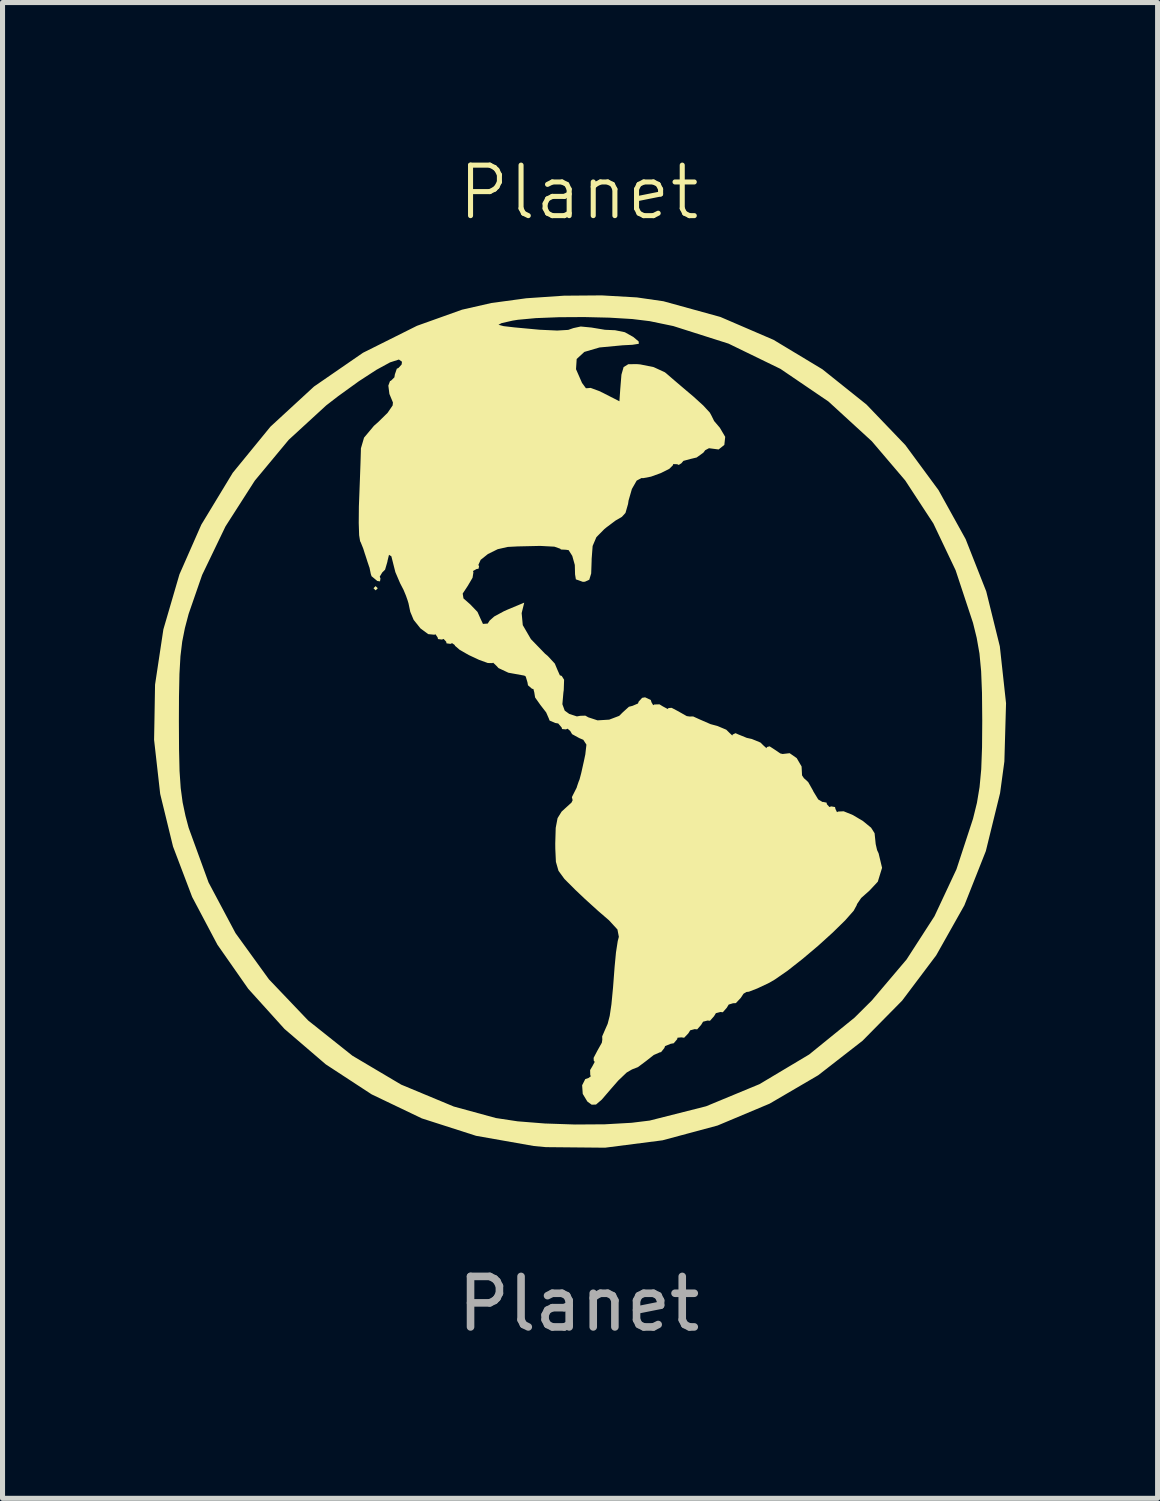
<source format=kicad_pcb>
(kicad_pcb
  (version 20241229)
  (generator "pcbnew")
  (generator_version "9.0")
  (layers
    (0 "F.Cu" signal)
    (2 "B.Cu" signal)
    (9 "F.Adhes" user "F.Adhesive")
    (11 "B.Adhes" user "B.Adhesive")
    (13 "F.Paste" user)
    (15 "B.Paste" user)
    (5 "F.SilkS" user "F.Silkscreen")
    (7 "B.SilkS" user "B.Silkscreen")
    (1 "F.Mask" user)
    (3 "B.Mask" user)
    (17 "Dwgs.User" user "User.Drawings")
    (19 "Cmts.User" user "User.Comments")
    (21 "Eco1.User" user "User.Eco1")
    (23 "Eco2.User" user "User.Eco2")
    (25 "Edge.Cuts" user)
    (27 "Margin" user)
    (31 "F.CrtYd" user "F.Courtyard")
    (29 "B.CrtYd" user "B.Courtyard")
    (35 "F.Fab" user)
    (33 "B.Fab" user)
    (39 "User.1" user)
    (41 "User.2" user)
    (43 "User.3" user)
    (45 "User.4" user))
  (footprint "Planet"
    (layer "F.Cu")
    (at 8.407 11.261)
    (property "Reference" "Planet" (at 0 -10.5 0) (unlocked yes) (layer "F.SilkS") (effects (font (size 1 1) (thickness 0.1))))
    (attr smd)
    (fp_poly (pts (xy 0.18 -8.031) (xy 0.499 -8.021) (xy 1.628 -7.886) (xy 2.711 -7.594) (xy 3.733 -7.154) (xy 4.681 -6.572) (xy 5.542 -5.859) (xy 6.303 -5.022) (xy 6.949 -4.069) (xy 7.047 -3.895) (xy 7.523 -2.861) (xy 7.84 -1.796) (xy 8.003 -0.715) (xy 8.018 0.367) (xy 7.889 1.435) (xy 7.62 2.474) (xy 7.216 3.469) (xy 6.683 4.405) (xy 6.025 5.267) (xy 5.246 6.04) (xy 4.351 6.71) (xy 3.557 7.16) (xy 2.886 7.46) (xy 2.241 7.676) (xy 1.572 7.818) (xy 0.827 7.899) (xy 0.212 7.925) (xy -0.426 7.932) (xy -0.932 7.917) (xy -1.339 7.879) (xy -1.641 7.825) (xy -2.748 7.494) (xy -3.784 7.015) (xy -4.737 6.401) (xy -5.594 5.664) (xy -6.343 4.814) (xy -6.972 3.865) (xy -7.467 2.828) (xy -7.723 2.074) (xy -7.797 1.793) (xy -7.85 1.527) (xy -7.885 1.238) (xy -7.905 0.887) (xy -7.914 0.437) (xy -7.916 -0.042) (xy -7.913 -0.604) (xy -7.903 -1.035) (xy -7.88 -1.373) (xy -7.842 -1.656) (xy -7.786 -1.922) (xy -7.723 -2.159) (xy -7.348 -3.186) (xy -6.831 -4.166) (xy -6.191 -5.077) (xy -5.446 -5.894) (xy -4.616 -6.593) (xy -3.887 -7.06) (xy -3.447 -7.305) (xy -3.638 -6.966) (xy -3.752 -6.734) (xy -3.776 -6.575) (xy -3.729 -6.441) (xy -3.685 -6.321) (xy -3.718 -6.209) (xy -3.848 -6.06) (xy -3.973 -5.943) (xy -4.316 -5.63) (xy -4.372 -4.755) (xy -4.394 -4.329) (xy -4.392 -4.012) (xy -4.361 -3.744) (xy -4.295 -3.465) (xy -4.227 -3.24) (xy -4.026 -2.6) (xy -3.881 -2.928) (xy -3.736 -3.257) (xy -3.637 -3.004) (xy -3.549 -2.772) (xy -3.441 -2.471) (xy -3.391 -2.328) (xy -3.316 -2.131) (xy -3.231 -1.985) (xy -3.102 -1.86) (xy -2.897 -1.726) (xy -2.581 -1.552) (xy -2.49 -1.503) (xy -2.13 -1.319) (xy -1.79 -1.156) (xy -1.519 -1.039) (xy -1.421 -1.004) (xy -1.202 -0.902) (xy -1.016 -0.724) (xy -0.834 -0.456) (xy -0.528 -0.058) (xy -0.196 0.187) (xy 0.017 0.317) (xy 0.148 0.431) (xy 0.169 0.473) (xy 0.134 0.658) (xy 0.045 0.935) (xy -0.077 1.245) (xy -0.206 1.53) (xy -0.322 1.732) (xy -0.335 1.751) (xy -0.449 1.958) (xy -0.501 2.239) (xy -0.508 2.459) (xy -0.508 2.948) (xy 0.132 3.528) (xy 0.772 4.108) (xy 0.681 5.005) (xy 0.604 5.579) (xy 0.493 6.065) (xy 0.33 6.543) (xy 0.302 6.613) (xy 0.167 6.954) (xy 0.093 7.176) (xy 0.073 7.316) (xy 0.1 7.41) (xy 0.15 7.475) (xy 0.231 7.548) (xy 0.315 7.552) (xy 0.438 7.469) (xy 0.638 7.284) (xy 0.672 7.252) (xy 0.877 7.078) (xy 1.196 6.838) (xy 1.599 6.551) (xy 2.055 6.238) (xy 2.534 5.919) (xy 3.006 5.615) (xy 3.439 5.346) (xy 3.803 5.133) (xy 3.98 5.037) (xy 4.183 4.903) (xy 4.449 4.683) (xy 4.755 4.403) (xy 5.075 4.088) (xy 5.384 3.765) (xy 5.656 3.461) (xy 5.866 3.2) (xy 5.99 3.009) (xy 6.011 2.94) (xy 5.991 2.765) (xy 5.941 2.509) (xy 5.915 2.404) (xy 5.856 2.203) (xy 5.772 2.062) (xy 5.628 1.942) (xy 5.384 1.804) (xy 5.241 1.731) (xy 4.933 1.567) (xy 4.737 1.428) (xy 4.606 1.271) (xy 4.496 1.054) (xy 4.479 1.016) (xy 4.366 0.782) (xy 4.269 0.628) (xy 4.225 0.593) (xy 4.127 0.564) (xy 3.897 0.483) (xy 3.562 0.36) (xy 3.148 0.205) (xy 2.709 0.037) (xy 1.264 -0.518) (xy 0.928 -0.271) (xy 0.724 -0.13) (xy 0.567 -0.07) (xy 0.384 -0.077) (xy 0.148 -0.126) (xy -0.296 -0.228) (xy -0.28 -0.579) (xy -0.285 -0.778) (xy -0.336 -0.945) (xy -0.459 -1.13) (xy -0.677 -1.381) (xy -0.683 -1.387) (xy -0.927 -1.677) (xy -1.059 -1.901) (xy -1.101 -2.096) (xy -1.101 -2.107) (xy -1.113 -2.29) (xy -1.145 -2.37) (xy -1.146 -2.371) (xy -1.243 -2.335) (xy -1.434 -2.246) (xy -1.536 -2.195) (xy -1.742 -2.097) (xy -1.872 -2.047) (xy -1.892 -2.047) (xy -1.951 -2.122) (xy -2.079 -2.272) (xy -2.103 -2.3) (xy -2.302 -2.525) (xy -2.065 -2.935) (xy -1.919 -3.173) (xy -1.794 -3.349) (xy -1.74 -3.407) (xy -1.598 -3.444) (xy -1.342 -3.465) (xy -1.025 -3.468) (xy -0.703 -3.456) (xy -0.428 -3.429) (xy -0.256 -3.387) (xy -0.248 -3.384) (xy -0.113 -3.22) (xy -0.085 -3.045) (xy -0.057 -2.86) (xy 0.044 -2.796) (xy 0.085 -2.794) (xy 0.192 -2.82) (xy 0.241 -2.926) (xy 0.254 -3.155) (xy 0.254 -3.165) (xy 0.27 -3.399) (xy 0.34 -3.573) (xy 0.497 -3.753) (xy 0.606 -3.854) (xy 0.845 -4.115) (xy 0.991 -4.367) (xy 1.011 -4.435) (xy 1.046 -4.554) (xy 1.116 -4.653) (xy 1.249 -4.751) (xy 1.472 -4.868) (xy 1.814 -5.022) (xy 1.976 -5.092) (xy 2.339 -5.25) (xy 2.642 -5.387) (xy 2.853 -5.487) (xy 2.938 -5.535) (xy 2.93 -5.637) (xy 2.821 -5.825) (xy 2.635 -6.07) (xy 2.395 -6.34) (xy 2.124 -6.607) (xy 2.027 -6.693) (xy 1.753 -6.918) (xy 1.547 -7.046) (xy 1.361 -7.102) (xy 1.202 -7.112) (xy 0.983 -7.102) (xy 0.875 -7.038) (xy 0.822 -6.874) (xy 0.804 -6.773) (xy 0.76 -6.562) (xy 0.719 -6.444) (xy 0.709 -6.435) (xy 0.617 -6.47) (xy 0.431 -6.558) (xy 0.346 -6.6) (xy 0.06 -6.82) (xy -0.074 -7.109) (xy -0.084 -7.211) (xy -0.009 -7.285) (xy 0.185 -7.359) (xy 0.448 -7.42) (xy 0.729 -7.456) (xy 0.931 -7.459) (xy 1.159 -7.451) (xy 1.246 -7.471) (xy 1.218 -7.532) (xy 1.169 -7.585) (xy 0.991 -7.684) (xy 0.704 -7.765) (xy 0.366 -7.817) (xy 0.036 -7.833) (xy -0.222 -7.803) (xy -0.429 -7.783) (xy -0.735 -7.794) (xy -1.058 -7.832) (xy -1.651 -7.927) (xy -1.068 -7.996) (xy -0.733 -8.021) (xy -0.296 -8.033)) (stroke (width 0) (type solid)) (fill yes) (layer "F.Mask"))
    (fp_poly (pts (xy -3.979 -2.667) (xy -4.022 -2.625) (xy -4.064 -2.667) (xy -4.022 -2.709)) (stroke (width 0) (type solid)) (fill yes) (layer "F.SilkS"))
    (fp_poly (pts (xy 1.149 -8.424) (xy 1.675 -8.348) (xy 2.803 -8.037) (xy 3.855 -7.584) (xy 4.821 -7.002) (xy 5.694 -6.304) (xy 6.463 -5.502) (xy 7.12 -4.61) (xy 7.657 -3.64) (xy 8.065 -2.605) (xy 8.334 -1.517) (xy 8.457 -0.391) (xy 8.424 0.762) (xy 8.339 1.388) (xy 8.057 2.536) (xy 7.632 3.61) (xy 7.075 4.599) (xy 6.4 5.496) (xy 5.617 6.29) (xy 4.739 6.973) (xy 3.778 7.535) (xy 2.747 7.968) (xy 1.657 8.261) (xy 0.52 8.407) (xy -0.651 8.396) (xy -0.888 8.374) (xy -2.033 8.172) (xy -3.107 7.827) (xy -4.101 7.351) (xy -5.009 6.757) (xy -5.826 6.056) (xy -6.543 5.262) (xy -7.154 4.388) (xy -7.653 3.445) (xy -8.032 2.446) (xy -8.286 1.405) (xy -8.407 0.333) (xy -8.4 -0.042) (xy -7.916 -0.042) (xy -7.913 0.52) (xy -7.903 0.951) (xy -7.88 1.288) (xy -7.842 1.571) (xy -7.786 1.837) (xy -7.723 2.074) (xy -7.329 3.156) (xy -6.795 4.16) (xy -6.133 5.075) (xy -5.357 5.889) (xy -4.48 6.587) (xy -3.515 7.159) (xy -2.475 7.592) (xy -1.641 7.82) (xy -1.211 7.885) (xy -0.671 7.928) (xy -0.077 7.948) (xy 0.514 7.944) (xy 1.045 7.914) (xy 1.403 7.87) (xy 2.52 7.587) (xy 3.577 7.149) (xy 4.56 6.562) (xy 5.458 5.833) (xy 5.8 5.493) (xy 6.489 4.68) (xy 7.04 3.826) (xy 7.476 2.895) (xy 7.803 1.897) (xy 7.881 1.581) (xy 7.933 1.268) (xy 7.966 0.916) (xy 7.982 0.48) (xy 7.986 -0.042) (xy 7.981 -0.597) (xy 7.964 -1.026) (xy 7.931 -1.375) (xy 7.876 -1.686) (xy 7.803 -1.982) (xy 7.459 -3.023) (xy 7.018 -3.95) (xy 6.461 -4.801) (xy 5.8 -5.577) (xy 4.942 -6.363) (xy 3.992 -7.009) (xy 2.964 -7.509) (xy 1.87 -7.857) (xy 1.403 -7.954) (xy 1.058 -7.996) (xy 0.61 -8.023) (xy 0.11 -8.035) (xy -0.394 -8.032) (xy -0.85 -8.014) (xy -1.207 -7.981) (xy -1.312 -7.964) (xy -1.531 -7.914) (xy -1.59 -7.882) (xy -1.486 -7.855) (xy -1.27 -7.83) (xy -0.775 -7.784) (xy -0.428 -7.768) (xy -0.209 -7.781) (xy -0.109 -7.816) (xy 0.038 -7.848) (xy 0.256 -7.827) (xy 0.272 -7.824) (xy 0.518 -7.783) (xy 0.72 -7.774) (xy 0.911 -7.735) (xy 1.079 -7.641) (xy 1.185 -7.552) (xy 1.188 -7.506) (xy 1.062 -7.486) (xy 0.867 -7.476) (xy 0.41 -7.433) (xy 0.11 -7.345) (xy -0.042 -7.205) (xy -0.055 -7.003) (xy 0.063 -6.733) (xy 0.064 -6.731) (xy 0.141 -6.626) (xy 0.167 -6.627) (xy 0.234 -6.633) (xy 0.402 -6.571) (xy 0.487 -6.53) (xy 0.804 -6.368) (xy 0.821 -6.613) (xy 0.844 -6.895) (xy 0.887 -7.045) (xy 0.98 -7.102) (xy 1.152 -7.103) (xy 1.215 -7.098) (xy 1.482 -7.044) (xy 1.702 -6.943) (xy 1.73 -6.921) (xy 1.896 -6.778) (xy 2.126 -6.582) (xy 2.265 -6.465) (xy 2.463 -6.285) (xy 2.594 -6.143) (xy 2.625 -6.086) (xy 2.679 -5.977) (xy 2.792 -5.844) (xy 2.898 -5.664) (xy 2.881 -5.505) (xy 2.768 -5.414) (xy 2.583 -5.438) (xy 2.579 -5.44) (xy 2.502 -5.399) (xy 2.466 -5.351) (xy 2.333 -5.255) (xy 2.215 -5.227) (xy 2.07 -5.188) (xy 2.032 -5.142) (xy 1.979 -5.108) (xy 1.947 -5.122) (xy 1.869 -5.125) (xy 1.863 -5.102) (xy 1.792 -5.031) (xy 1.625 -4.947) (xy 1.429 -4.876) (xy 1.272 -4.846) (xy 1.243 -4.849) (xy 1.146 -4.798) (xy 1.051 -4.632) (xy 0.985 -4.403) (xy 0.975 -4.335) (xy 0.924 -4.158) (xy 0.853 -4.08) (xy 0.729 -4.008) (xy 0.545 -3.87) (xy 0.505 -3.837) (xy 0.348 -3.678) (xy 0.274 -3.504) (xy 0.254 -3.242) (xy 0.254 -3.21) (xy 0.245 -2.959) (xy 0.207 -2.835) (xy 0.121 -2.796) (xy 0.079 -2.794) (xy -0.058 -2.843) (xy -0.074 -2.942) (xy -0.079 -3.128) (xy -0.129 -3.307) (xy -0.201 -3.421) (xy -0.254 -3.429) (xy -0.355 -3.434) (xy -0.367 -3.449) (xy -0.483 -3.49) (xy -0.764 -3.505) (xy -1.21 -3.495) (xy -1.405 -3.485) (xy -1.605 -3.44) (xy -1.799 -3.344) (xy -1.943 -3.229) (xy -1.988 -3.128) (xy -1.974 -3.103) (xy -1.985 -3.053) (xy -2.023 -3.048) (xy -2.094 -3.008) (xy -2.086 -2.982) (xy -2.103 -2.875) (xy -2.199 -2.712) (xy -2.298 -2.562) (xy -2.283 -2.466) (xy -2.15 -2.349) (xy -2.005 -2.198) (xy -1.947 -2.068) (xy -1.897 -1.961) (xy -1.803 -1.968) (xy -1.764 -2.028) (xy -1.674 -2.108) (xy -1.484 -2.211) (xy -1.408 -2.245) (xy -1.08 -2.382) (xy -1.131 -2.175) (xy -1.109 -1.937) (xy -0.948 -1.66) (xy -0.667 -1.37) (xy -0.615 -1.327) (xy -0.475 -1.176) (xy -0.423 -1.052) (xy -0.375 -0.944) (xy -0.338 -0.931) (xy -0.291 -0.856) (xy -0.298 -0.651) (xy -0.305 -0.601) (xy -0.325 -0.372) (xy -0.279 -0.245) (xy -0.19 -0.18) (xy -0.038 -0.13) (xy 0.029 -0.142) (xy 0.13 -0.145) (xy 0.188 -0.112) (xy 0.371 -0.052) (xy 0.602 -0.066) (xy 0.8 -0.141) (xy 0.867 -0.208) (xy 0.992 -0.321) (xy 1.063 -0.339) (xy 1.172 -0.386) (xy 1.185 -0.423) (xy 1.254 -0.498) (xy 1.312 -0.508) (xy 1.425 -0.455) (xy 1.439 -0.409) (xy 1.473 -0.352) (xy 1.495 -0.366) (xy 1.597 -0.369) (xy 1.664 -0.328) (xy 1.759 -0.277) (xy 1.778 -0.296) (xy 1.838 -0.3) (xy 1.983 -0.224) (xy 1.99 -0.219) (xy 2.137 -0.136) (xy 2.201 -0.127) (xy 2.201 -0.128) (xy 2.264 -0.129) (xy 2.392 -0.071) (xy 2.608 0.023) (xy 2.748 0.061) (xy 2.919 0.133) (xy 2.98 0.193) (xy 3.038 0.248) (xy 3.047 0.228) (xy 3.103 0.202) (xy 3.154 0.225) (xy 3.326 0.295) (xy 3.425 0.317) (xy 3.596 0.387) (xy 3.657 0.447) (xy 3.715 0.499) (xy 3.724 0.476) (xy 3.777 0.462) (xy 3.865 0.519) (xy 3.989 0.603) (xy 4.035 0.614) (xy 4.174 0.598) (xy 4.314 0.696) (xy 4.41 0.861) (xy 4.419 1.037) (xy 4.461 1.1) (xy 4.467 1.101) (xy 4.541 1.17) (xy 4.636 1.338) (xy 4.643 1.355) (xy 4.74 1.514) (xy 4.826 1.565) (xy 4.833 1.562) (xy 4.905 1.577) (xy 4.911 1.609) (xy 4.962 1.664) (xy 4.995 1.651) (xy 5.072 1.664) (xy 5.08 1.702) (xy 5.111 1.766) (xy 5.133 1.753) (xy 5.243 1.748) (xy 5.425 1.822) (xy 5.625 1.941) (xy 5.786 2.073) (xy 5.855 2.182) (xy 5.877 2.397) (xy 5.904 2.515) (xy 5.935 2.582) (xy 6.003 2.867) (xy 5.919 3.141) (xy 5.756 3.316) (xy 5.59 3.464) (xy 5.506 3.587) (xy 5.503 3.603) (xy 5.441 3.717) (xy 5.273 3.907) (xy 5.028 4.147) (xy 4.738 4.41) (xy 4.43 4.67) (xy 4.135 4.902) (xy 3.881 5.078) (xy 3.768 5.144) (xy 3.533 5.255) (xy 3.368 5.319) (xy 3.317 5.325) (xy 3.261 5.359) (xy 3.206 5.442) (xy 3.109 5.545) (xy 3.052 5.548) (xy 2.967 5.574) (xy 2.93 5.636) (xy 2.851 5.726) (xy 2.803 5.721) (xy 2.714 5.744) (xy 2.676 5.806) (xy 2.597 5.895) (xy 2.549 5.89) (xy 2.46 5.913) (xy 2.422 5.975) (xy 2.343 6.065) (xy 2.295 6.06) (xy 2.206 6.083) (xy 2.168 6.144) (xy 2.085 6.231) (xy 2.033 6.223) (xy 1.954 6.23) (xy 1.947 6.26) (xy 1.879 6.34) (xy 1.82 6.35) (xy 1.708 6.396) (xy 1.693 6.435) (xy 1.628 6.516) (xy 1.605 6.519) (xy 1.484 6.572) (xy 1.335 6.689) (xy 1.171 6.812) (xy 1.053 6.858) (xy 0.948 6.919) (xy 0.782 7.077) (xy 0.636 7.244) (xy 0.455 7.455) (xy 0.341 7.553) (xy 0.255 7.556) (xy 0.169 7.493) (xy 0.078 7.342) (xy 0.066 7.171) (xy 0.128 7.049) (xy 0.193 7.027) (xy 0.24 6.991) (xy 0.227 6.972) (xy 0.224 6.87) (xy 0.265 6.802) (xy 0.316 6.707) (xy 0.297 6.689) (xy 0.293 6.629) (xy 0.369 6.484) (xy 0.373 6.477) (xy 0.456 6.329) (xy 0.466 6.265) (xy 0.465 6.265) (xy 0.463 6.203) (xy 0.517 6.078) (xy 0.571 5.956) (xy 0.612 5.797) (xy 0.646 5.568) (xy 0.678 5.233) (xy 0.709 4.826) (xy 0.736 4.542) (xy 0.771 4.316) (xy 0.793 4.233) (xy 0.765 4.088) (xy 0.596 3.904) (xy 0.585 3.895) (xy 0.38 3.718) (xy 0.12 3.482) (xy -0.07 3.302) (xy -0.284 3.088) (xy -0.402 2.926) (xy -0.453 2.749) (xy -0.465 2.492) (xy -0.466 2.385) (xy -0.457 2.076) (xy -0.42 1.883) (xy -0.34 1.754) (xy -0.266 1.686) (xy -0.144 1.575) (xy -0.12 1.524) (xy -0.123 1.524) (xy -0.137 1.468) (xy -0.112 1.418) (xy -0.043 1.282) (xy -0.033 1.249) (xy -0.004 1.164) (xy 0.015 1.117) (xy 0.048 0.992) (xy 0.102 0.751) (xy 0.129 0.622) (xy 0.151 0.429) (xy 0.089 0.333) (xy 0.009 0.299) (xy -0.133 0.221) (xy -0.169 0.159) (xy -0.222 0.113) (xy -0.254 0.127) (xy -0.332 0.12) (xy -0.339 0.09) (xy -0.407 0.01) (xy -0.466 0) (xy -0.578 -0.048) (xy -0.593 -0.088) (xy -0.646 -0.209) (xy -0.759 -0.355) (xy -0.865 -0.505) (xy -0.881 -0.605) (xy -0.899 -0.673) (xy -0.926 -0.677) (xy -1.006 -0.746) (xy -1.016 -0.804) (xy -1.051 -0.921) (xy -1.079 -0.938) (xy -1.394 -0.995) (xy -1.59 -1.087) (xy -1.623 -1.124) (xy -1.695 -1.193) (xy -1.714 -1.185) (xy -1.801 -1.187) (xy -1.975 -1.25) (xy -2.18 -1.346) (xy -2.358 -1.448) (xy -2.452 -1.529) (xy -2.455 -1.542) (xy -2.508 -1.58) (xy -2.54 -1.566) (xy -2.618 -1.576) (xy -2.625 -1.609) (xy -2.676 -1.664) (xy -2.709 -1.651) (xy -2.787 -1.661) (xy -2.794 -1.693) (xy -2.837 -1.756) (xy -2.86 -1.747) (xy -2.981 -1.759) (xy -3.134 -1.872) (xy -3.269 -2.041) (xy -3.336 -2.201) (xy -3.371 -2.369) (xy -3.391 -2.434) (xy -3.421 -2.519) (xy -3.469 -2.635) (xy -3.537 -2.766) (xy -3.631 -2.986) (xy -3.666 -3.124) (xy -3.71 -3.299) (xy -3.757 -3.329) (xy -3.788 -3.203) (xy -3.788 -3.194) (xy -3.835 -3.034) (xy -3.891 -2.979) (xy -3.94 -2.897) (xy -3.926 -2.86) (xy -3.935 -2.803) (xy -3.989 -2.811) (xy -4.102 -2.905) (xy -4.117 -2.949) (xy -4.143 -3.076) (xy -4.149 -3.09) (xy -4.187 -3.203) (xy -4.191 -3.217) (xy -4.23 -3.337) (xy -4.233 -3.344) (xy -4.266 -3.45) (xy -4.317 -3.577) (xy -4.329 -3.598) (xy -4.348 -3.716) (xy -4.356 -3.96) (xy -4.353 -4.285) (xy -4.347 -4.445) (xy -4.333 -4.816) (xy -4.321 -5.147) (xy -4.314 -5.384) (xy -4.313 -5.436) (xy -4.251 -5.648) (xy -4.055 -5.882) (xy -3.967 -5.96) (xy -3.785 -6.139) (xy -3.685 -6.285) (xy -3.679 -6.344) (xy -3.749 -6.513) (xy -3.77 -6.678) (xy -3.736 -6.77) (xy -3.72 -6.773) (xy -3.65 -6.842) (xy -3.641 -6.9) (xy -3.602 -7.013) (xy -3.57 -7.027) (xy -3.507 -7.096) (xy -3.5 -7.151) (xy -3.561 -7.194) (xy -3.736 -7.138) (xy -4.005 -6.991) (xy -4.353 -6.765) (xy -4.763 -6.469) (xy -5 -6.286) (xy -5.742 -5.605) (xy -6.414 -4.796) (xy -6.993 -3.892) (xy -7.456 -2.93) (xy -7.723 -2.159) (xy -7.797 -1.878) (xy -7.85 -1.612) (xy -7.885 -1.322) (xy -7.905 -0.972) (xy -7.914 -0.522) (xy -7.916 -0.042) (xy -8.4 -0.042) (xy -8.388 -0.758) (xy -8.223 -1.853) (xy -7.905 -2.942) (xy -7.472 -3.926) (xy -6.85 -4.952) (xy -6.103 -5.866) (xy -5.241 -6.66) (xy -4.272 -7.328) (xy -3.203 -7.862) (xy -2.311 -8.181) (xy -1.731 -8.313) (xy -1.04 -8.407) (xy -0.294 -8.458) (xy 0.454 -8.464)) (stroke (width 0) (type solid)) (fill yes) (layer "F.SilkS"))
    (fp_text user "${REFERENCE}" (at 0 11.5 0) (unlocked yes) (layer "F.Fab") (effects (font (size 1 1) (thickness 0.15)))))
  (gr_rect
    (start -3 -3)
    (end 19.864 26.609)
    (stroke (width 0.1) (type default))
    (fill no)
    (layer "Edge.Cuts")))
</source>
